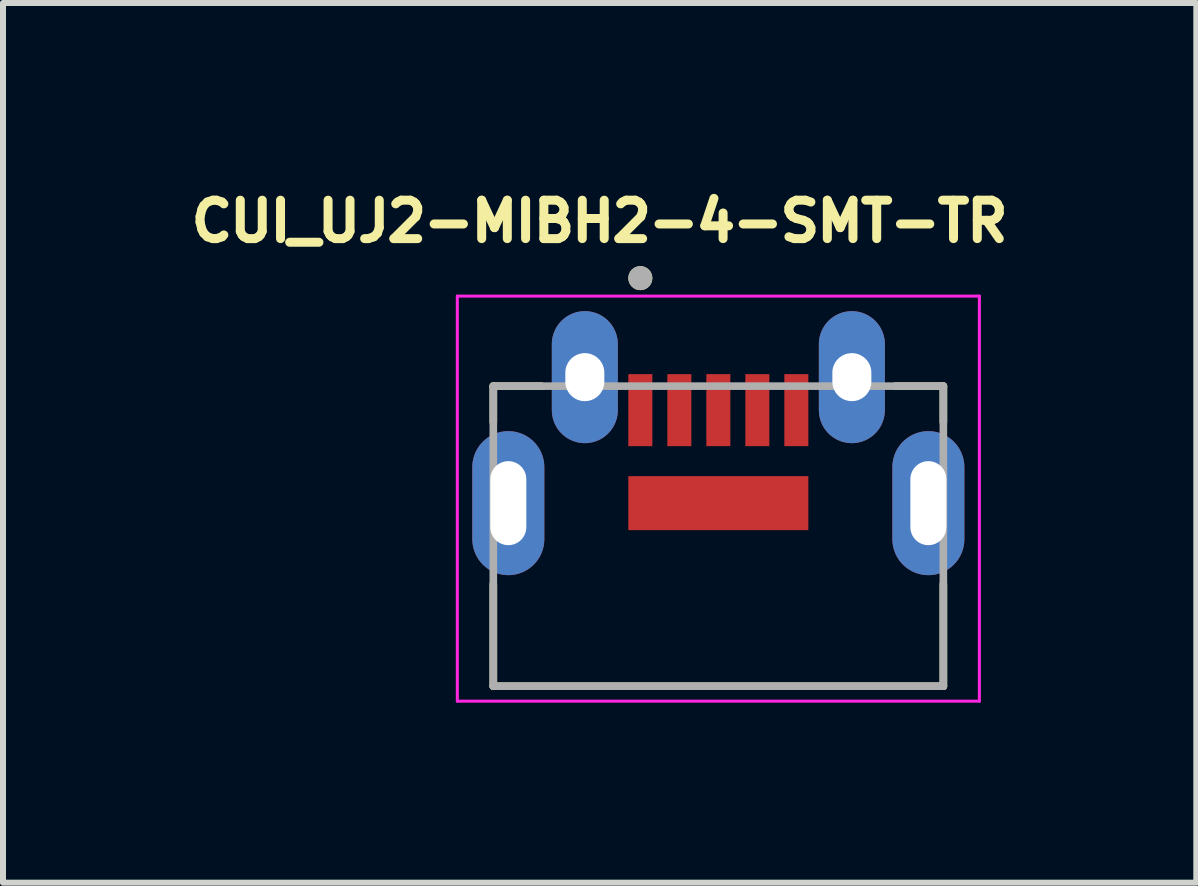
<source format=kicad_pcb>
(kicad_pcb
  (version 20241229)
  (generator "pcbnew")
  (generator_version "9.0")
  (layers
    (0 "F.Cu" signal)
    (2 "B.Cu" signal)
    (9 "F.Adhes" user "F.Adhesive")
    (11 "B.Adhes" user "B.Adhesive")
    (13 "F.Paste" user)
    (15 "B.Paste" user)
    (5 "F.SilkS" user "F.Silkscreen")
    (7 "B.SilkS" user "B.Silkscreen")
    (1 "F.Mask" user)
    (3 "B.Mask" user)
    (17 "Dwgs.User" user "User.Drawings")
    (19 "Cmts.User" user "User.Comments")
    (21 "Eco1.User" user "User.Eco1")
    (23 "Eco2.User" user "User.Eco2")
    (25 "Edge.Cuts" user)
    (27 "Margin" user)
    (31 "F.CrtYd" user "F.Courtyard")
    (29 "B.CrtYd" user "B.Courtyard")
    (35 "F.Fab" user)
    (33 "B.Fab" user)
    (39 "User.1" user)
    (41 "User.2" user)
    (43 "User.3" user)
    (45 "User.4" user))
  (footprint "CUI_UJ2-MIBH2-4-SMT-TR"
    (layer "F.Cu")
    (at 8.921 5.885)
    (property "Reference" "CUI_UJ2-MIBH2-4-SMT-TR" (at -1.978 -5.247 0) (layer "F.SilkS") (effects (font (size 0.64 0.64) (thickness 0.15))))
    (attr smd)
    (fp_line (start -3.75 -2.5) (end -3.75 -1.9) (stroke (width 0.127) (type solid)) (layer "F.SilkS"))
    (fp_line (start -3.75 -2.5) (end -2.95 -2.5) (stroke (width 0.127) (type solid)) (layer "F.SilkS"))
    (fp_line (start -3.75 2.5) (end -3.75 0.8) (stroke (width 0.127) (type solid)) (layer "F.SilkS"))
    (fp_line (start 3.75 -2.5) (end 2.95 -2.5) (stroke (width 0.127) (type solid)) (layer "F.SilkS"))
    (fp_line (start 3.75 -2.5) (end 3.75 -1.9) (stroke (width 0.127) (type solid)) (layer "F.SilkS"))
    (fp_line (start 3.75 2.5) (end -3.75 2.5) (stroke (width 0.127) (type solid)) (layer "F.SilkS"))
    (fp_line (start 3.75 2.5) (end 3.75 0.8) (stroke (width 0.127) (type solid)) (layer "F.SilkS"))
    (fp_circle (center -1.3 -4.3) (end -1.2 -4.3) (stroke (width 0.2) (type solid)) (fill no) (layer "F.SilkS"))
    (fp_line (start -4.35 -4) (end 4.35 -4) (stroke (width 0.05) (type solid)) (layer "F.CrtYd"))
    (fp_line (start -4.35 2.75) (end -4.35 -4) (stroke (width 0.05) (type solid)) (layer "F.CrtYd"))
    (fp_line (start 4.35 -4) (end 4.35 2.75) (stroke (width 0.05) (type solid)) (layer "F.CrtYd"))
    (fp_line (start 4.35 2.75) (end -4.35 2.75) (stroke (width 0.05) (type solid)) (layer "F.CrtYd"))
    (fp_line (start -3.75 -2.5) (end 3.75 -2.5) (stroke (width 0.127) (type solid)) (layer "F.Fab"))
    (fp_line (start -3.75 2.5) (end -3.75 -2.5) (stroke (width 0.127) (type solid)) (layer "F.Fab"))
    (fp_line (start 3.75 -2.5) (end 3.75 2.5) (stroke (width 0.127) (type solid)) (layer "F.Fab"))
    (fp_line (start 3.75 2.5) (end -3.75 2.5) (stroke (width 0.127) (type solid)) (layer "F.Fab"))
    (fp_circle (center -1.3 -4.3) (end -1.2 -4.3) (stroke (width 0.2) (type solid)) (fill no) (layer "F.Fab"))
    (pad "1" smd rect (at -1.3 -2.1 270) (size 1.2 0.4) (layers "F.Cu" "F.Mask" "F.Paste"))
    (pad "2" smd rect (at -0.65 -2.1 270) (size 1.2 0.4) (layers "F.Cu" "F.Mask" "F.Paste"))
    (pad "3" smd rect (at 0 -2.1 270) (size 1.2 0.4) (layers "F.Cu" "F.Mask" "F.Paste"))
    (pad "4" smd rect (at 0.65 -2.1 270) (size 1.2 0.4) (layers "F.Cu" "F.Mask" "F.Paste"))
    (pad "5" smd rect (at 1.3 -2.1 270) (size 1.2 0.4) (layers "F.Cu" "F.Mask" "F.Paste"))
    (pad "SH1" thru_hole oval (at -3.5 -0.55) (size 1.2 2.4) (drill oval 0.6 1.4) (layers "*.Cu" "*.Mask"))
    (pad "SH2" thru_hole oval (at -2.225 -2.65) (size 1.1 2.2) (drill oval 0.65 0.8) (layers "*.Cu" "*.Mask"))
    (pad "SH3" thru_hole oval (at 2.225 -2.65) (size 1.1 2.2) (drill oval 0.65 0.8) (layers "*.Cu" "*.Mask"))
    (pad "SH4" thru_hole oval (at 3.5 -0.55) (size 1.2 2.4) (drill oval 0.6 1.4) (layers "*.Cu" "*.Mask"))
    (pad "SH5" smd rect (at 0 -0.55 180) (size 3 0.9) (layers "F.Cu" "F.Mask" "F.Paste")))
  (gr_rect
    (start -3 -3)
    (end 16.886 11.66)
    (stroke (width 0.1) (type default))
    (fill no)
    (layer "Edge.Cuts")))
</source>
